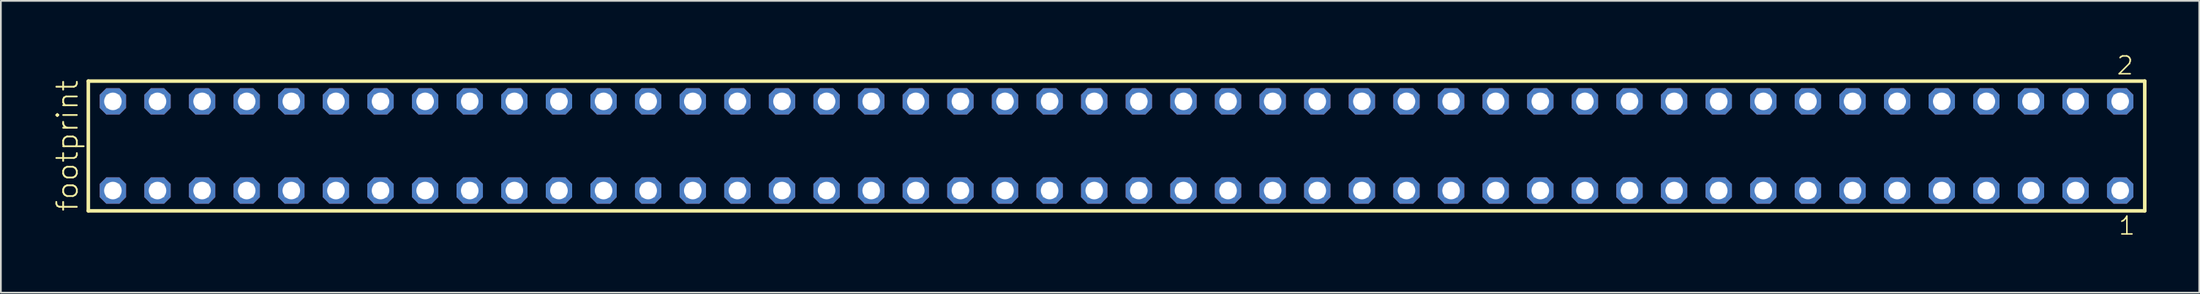
<source format=kicad_pcb>
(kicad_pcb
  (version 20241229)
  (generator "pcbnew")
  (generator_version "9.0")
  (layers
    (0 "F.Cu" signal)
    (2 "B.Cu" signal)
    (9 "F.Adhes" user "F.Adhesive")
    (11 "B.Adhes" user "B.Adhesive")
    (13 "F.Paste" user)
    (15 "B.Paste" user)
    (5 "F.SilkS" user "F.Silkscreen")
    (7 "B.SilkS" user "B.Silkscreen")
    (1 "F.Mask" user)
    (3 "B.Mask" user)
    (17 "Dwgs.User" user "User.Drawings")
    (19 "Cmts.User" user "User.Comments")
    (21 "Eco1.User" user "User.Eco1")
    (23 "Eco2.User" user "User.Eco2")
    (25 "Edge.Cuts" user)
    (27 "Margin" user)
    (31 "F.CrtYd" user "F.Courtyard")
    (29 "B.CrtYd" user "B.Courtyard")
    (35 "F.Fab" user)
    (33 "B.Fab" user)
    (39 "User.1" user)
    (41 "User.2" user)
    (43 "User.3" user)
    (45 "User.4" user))
  (footprint "footprint"
    (layer "F.Cu")
    (at 60.528 5.265)
    (property "Reference" "footprint" (at -59.055 3.81 90) (layer "F.SilkS") (effects (font (size 1.168 1.168) (thickness 0.102)) (justify left bottom)))
    (fp_line (start -58.549 -3.695) (end 58.549 -3.695) (stroke (width 0.203) (type solid)) (layer "F.SilkS"))
    (fp_line (start -58.549 3.695) (end -58.549 -3.695) (stroke (width 0.203) (type solid)) (layer "F.SilkS"))
    (fp_line (start 58.549 -3.695) (end 58.549 3.695) (stroke (width 0.203) (type solid)) (layer "F.SilkS"))
    (fp_line (start 58.549 3.695) (end -58.549 3.695) (stroke (width 0.203) (type solid)) (layer "F.SilkS"))
    (fp_poly (pts (xy -57.5 -2.19) (xy -56.8 -2.19) (xy -56.8 -2.89) (xy -57.5 -2.89)) (stroke (width 0.1) (type solid)) (fill no) (layer "F.Fab"))
    (fp_poly (pts (xy -57.5 2.89) (xy -56.8 2.89) (xy -56.8 2.19) (xy -57.5 2.19)) (stroke (width 0.1) (type solid)) (fill no) (layer "F.Fab"))
    (fp_poly (pts (xy -54.96 -2.19) (xy -54.26 -2.19) (xy -54.26 -2.89) (xy -54.96 -2.89)) (stroke (width 0.1) (type solid)) (fill no) (layer "F.Fab"))
    (fp_poly (pts (xy -54.96 2.89) (xy -54.26 2.89) (xy -54.26 2.19) (xy -54.96 2.19)) (stroke (width 0.1) (type solid)) (fill no) (layer "F.Fab"))
    (fp_poly (pts (xy -52.42 -2.19) (xy -51.72 -2.19) (xy -51.72 -2.89) (xy -52.42 -2.89)) (stroke (width 0.1) (type solid)) (fill no) (layer "F.Fab"))
    (fp_poly (pts (xy -52.42 2.89) (xy -51.72 2.89) (xy -51.72 2.19) (xy -52.42 2.19)) (stroke (width 0.1) (type solid)) (fill no) (layer "F.Fab"))
    (fp_poly (pts (xy -49.88 -2.19) (xy -49.18 -2.19) (xy -49.18 -2.89) (xy -49.88 -2.89)) (stroke (width 0.1) (type solid)) (fill no) (layer "F.Fab"))
    (fp_poly (pts (xy -49.88 2.89) (xy -49.18 2.89) (xy -49.18 2.19) (xy -49.88 2.19)) (stroke (width 0.1) (type solid)) (fill no) (layer "F.Fab"))
    (fp_poly (pts (xy -47.34 -2.19) (xy -46.64 -2.19) (xy -46.64 -2.89) (xy -47.34 -2.89)) (stroke (width 0.1) (type solid)) (fill no) (layer "F.Fab"))
    (fp_poly (pts (xy -47.34 2.89) (xy -46.64 2.89) (xy -46.64 2.19) (xy -47.34 2.19)) (stroke (width 0.1) (type solid)) (fill no) (layer "F.Fab"))
    (fp_poly (pts (xy -44.8 -2.19) (xy -44.1 -2.19) (xy -44.1 -2.89) (xy -44.8 -2.89)) (stroke (width 0.1) (type solid)) (fill no) (layer "F.Fab"))
    (fp_poly (pts (xy -44.8 2.89) (xy -44.1 2.89) (xy -44.1 2.19) (xy -44.8 2.19)) (stroke (width 0.1) (type solid)) (fill no) (layer "F.Fab"))
    (fp_poly (pts (xy -42.26 -2.19) (xy -41.56 -2.19) (xy -41.56 -2.89) (xy -42.26 -2.89)) (stroke (width 0.1) (type solid)) (fill no) (layer "F.Fab"))
    (fp_poly (pts (xy -42.26 2.89) (xy -41.56 2.89) (xy -41.56 2.19) (xy -42.26 2.19)) (stroke (width 0.1) (type solid)) (fill no) (layer "F.Fab"))
    (fp_poly (pts (xy -39.72 -2.19) (xy -39.02 -2.19) (xy -39.02 -2.89) (xy -39.72 -2.89)) (stroke (width 0.1) (type solid)) (fill no) (layer "F.Fab"))
    (fp_poly (pts (xy -39.72 2.89) (xy -39.02 2.89) (xy -39.02 2.19) (xy -39.72 2.19)) (stroke (width 0.1) (type solid)) (fill no) (layer "F.Fab"))
    (fp_poly (pts (xy -37.18 -2.19) (xy -36.48 -2.19) (xy -36.48 -2.89) (xy -37.18 -2.89)) (stroke (width 0.1) (type solid)) (fill no) (layer "F.Fab"))
    (fp_poly (pts (xy -37.18 2.89) (xy -36.48 2.89) (xy -36.48 2.19) (xy -37.18 2.19)) (stroke (width 0.1) (type solid)) (fill no) (layer "F.Fab"))
    (fp_poly (pts (xy -34.64 -2.19) (xy -33.94 -2.19) (xy -33.94 -2.89) (xy -34.64 -2.89)) (stroke (width 0.1) (type solid)) (fill no) (layer "F.Fab"))
    (fp_poly (pts (xy -34.64 2.89) (xy -33.94 2.89) (xy -33.94 2.19) (xy -34.64 2.19)) (stroke (width 0.1) (type solid)) (fill no) (layer "F.Fab"))
    (fp_poly (pts (xy -32.1 -2.19) (xy -31.4 -2.19) (xy -31.4 -2.89) (xy -32.1 -2.89)) (stroke (width 0.1) (type solid)) (fill no) (layer "F.Fab"))
    (fp_poly (pts (xy -32.1 2.89) (xy -31.4 2.89) (xy -31.4 2.19) (xy -32.1 2.19)) (stroke (width 0.1) (type solid)) (fill no) (layer "F.Fab"))
    (fp_poly (pts (xy -29.56 -2.19) (xy -28.86 -2.19) (xy -28.86 -2.89) (xy -29.56 -2.89)) (stroke (width 0.1) (type solid)) (fill no) (layer "F.Fab"))
    (fp_poly (pts (xy -29.56 2.89) (xy -28.86 2.89) (xy -28.86 2.19) (xy -29.56 2.19)) (stroke (width 0.1) (type solid)) (fill no) (layer "F.Fab"))
    (fp_poly (pts (xy -27.02 -2.19) (xy -26.32 -2.19) (xy -26.32 -2.89) (xy -27.02 -2.89)) (stroke (width 0.1) (type solid)) (fill no) (layer "F.Fab"))
    (fp_poly (pts (xy -27.02 2.89) (xy -26.32 2.89) (xy -26.32 2.19) (xy -27.02 2.19)) (stroke (width 0.1) (type solid)) (fill no) (layer "F.Fab"))
    (fp_poly (pts (xy -24.48 -2.19) (xy -23.78 -2.19) (xy -23.78 -2.89) (xy -24.48 -2.89)) (stroke (width 0.1) (type solid)) (fill no) (layer "F.Fab"))
    (fp_poly (pts (xy -24.48 2.89) (xy -23.78 2.89) (xy -23.78 2.19) (xy -24.48 2.19)) (stroke (width 0.1) (type solid)) (fill no) (layer "F.Fab"))
    (fp_poly (pts (xy -21.94 -2.19) (xy -21.24 -2.19) (xy -21.24 -2.89) (xy -21.94 -2.89)) (stroke (width 0.1) (type solid)) (fill no) (layer "F.Fab"))
    (fp_poly (pts (xy -21.94 2.89) (xy -21.24 2.89) (xy -21.24 2.19) (xy -21.94 2.19)) (stroke (width 0.1) (type solid)) (fill no) (layer "F.Fab"))
    (fp_poly (pts (xy -19.4 -2.19) (xy -18.7 -2.19) (xy -18.7 -2.89) (xy -19.4 -2.89)) (stroke (width 0.1) (type solid)) (fill no) (layer "F.Fab"))
    (fp_poly (pts (xy -19.4 2.89) (xy -18.7 2.89) (xy -18.7 2.19) (xy -19.4 2.19)) (stroke (width 0.1) (type solid)) (fill no) (layer "F.Fab"))
    (fp_poly (pts (xy -16.86 -2.19) (xy -16.16 -2.19) (xy -16.16 -2.89) (xy -16.86 -2.89)) (stroke (width 0.1) (type solid)) (fill no) (layer "F.Fab"))
    (fp_poly (pts (xy -16.86 2.89) (xy -16.16 2.89) (xy -16.16 2.19) (xy -16.86 2.19)) (stroke (width 0.1) (type solid)) (fill no) (layer "F.Fab"))
    (fp_poly (pts (xy -14.32 -2.19) (xy -13.62 -2.19) (xy -13.62 -2.89) (xy -14.32 -2.89)) (stroke (width 0.1) (type solid)) (fill no) (layer "F.Fab"))
    (fp_poly (pts (xy -14.32 2.89) (xy -13.62 2.89) (xy -13.62 2.19) (xy -14.32 2.19)) (stroke (width 0.1) (type solid)) (fill no) (layer "F.Fab"))
    (fp_poly (pts (xy -11.78 -2.19) (xy -11.08 -2.19) (xy -11.08 -2.89) (xy -11.78 -2.89)) (stroke (width 0.1) (type solid)) (fill no) (layer "F.Fab"))
    (fp_poly (pts (xy -11.78 2.89) (xy -11.08 2.89) (xy -11.08 2.19) (xy -11.78 2.19)) (stroke (width 0.1) (type solid)) (fill no) (layer "F.Fab"))
    (fp_poly (pts (xy -9.24 -2.19) (xy -8.54 -2.19) (xy -8.54 -2.89) (xy -9.24 -2.89)) (stroke (width 0.1) (type solid)) (fill no) (layer "F.Fab"))
    (fp_poly (pts (xy -9.24 2.89) (xy -8.54 2.89) (xy -8.54 2.19) (xy -9.24 2.19)) (stroke (width 0.1) (type solid)) (fill no) (layer "F.Fab"))
    (fp_poly (pts (xy -6.7 -2.19) (xy -6 -2.19) (xy -6 -2.89) (xy -6.7 -2.89)) (stroke (width 0.1) (type solid)) (fill no) (layer "F.Fab"))
    (fp_poly (pts (xy -6.7 2.89) (xy -6 2.89) (xy -6 2.19) (xy -6.7 2.19)) (stroke (width 0.1) (type solid)) (fill no) (layer "F.Fab"))
    (fp_poly (pts (xy -4.16 -2.19) (xy -3.46 -2.19) (xy -3.46 -2.89) (xy -4.16 -2.89)) (stroke (width 0.1) (type solid)) (fill no) (layer "F.Fab"))
    (fp_poly (pts (xy -4.16 2.89) (xy -3.46 2.89) (xy -3.46 2.19) (xy -4.16 2.19)) (stroke (width 0.1) (type solid)) (fill no) (layer "F.Fab"))
    (fp_poly (pts (xy -1.62 -2.19) (xy -0.92 -2.19) (xy -0.92 -2.89) (xy -1.62 -2.89)) (stroke (width 0.1) (type solid)) (fill no) (layer "F.Fab"))
    (fp_poly (pts (xy -1.62 2.89) (xy -0.92 2.89) (xy -0.92 2.19) (xy -1.62 2.19)) (stroke (width 0.1) (type solid)) (fill no) (layer "F.Fab"))
    (fp_poly (pts (xy 0.92 -2.19) (xy 1.62 -2.19) (xy 1.62 -2.89) (xy 0.92 -2.89)) (stroke (width 0.1) (type solid)) (fill no) (layer "F.Fab"))
    (fp_poly (pts (xy 0.92 2.89) (xy 1.62 2.89) (xy 1.62 2.19) (xy 0.92 2.19)) (stroke (width 0.1) (type solid)) (fill no) (layer "F.Fab"))
    (fp_poly (pts (xy 3.46 -2.19) (xy 4.16 -2.19) (xy 4.16 -2.89) (xy 3.46 -2.89)) (stroke (width 0.1) (type solid)) (fill no) (layer "F.Fab"))
    (fp_poly (pts (xy 3.46 2.89) (xy 4.16 2.89) (xy 4.16 2.19) (xy 3.46 2.19)) (stroke (width 0.1) (type solid)) (fill no) (layer "F.Fab"))
    (fp_poly (pts (xy 6 -2.19) (xy 6.7 -2.19) (xy 6.7 -2.89) (xy 6 -2.89)) (stroke (width 0.1) (type solid)) (fill no) (layer "F.Fab"))
    (fp_poly (pts (xy 6 2.89) (xy 6.7 2.89) (xy 6.7 2.19) (xy 6 2.19)) (stroke (width 0.1) (type solid)) (fill no) (layer "F.Fab"))
    (fp_poly (pts (xy 8.54 -2.19) (xy 9.24 -2.19) (xy 9.24 -2.89) (xy 8.54 -2.89)) (stroke (width 0.1) (type solid)) (fill no) (layer "F.Fab"))
    (fp_poly (pts (xy 8.54 2.89) (xy 9.24 2.89) (xy 9.24 2.19) (xy 8.54 2.19)) (stroke (width 0.1) (type solid)) (fill no) (layer "F.Fab"))
    (fp_poly (pts (xy 11.08 -2.19) (xy 11.78 -2.19) (xy 11.78 -2.89) (xy 11.08 -2.89)) (stroke (width 0.1) (type solid)) (fill no) (layer "F.Fab"))
    (fp_poly (pts (xy 11.08 2.89) (xy 11.78 2.89) (xy 11.78 2.19) (xy 11.08 2.19)) (stroke (width 0.1) (type solid)) (fill no) (layer "F.Fab"))
    (fp_poly (pts (xy 13.62 -2.19) (xy 14.32 -2.19) (xy 14.32 -2.89) (xy 13.62 -2.89)) (stroke (width 0.1) (type solid)) (fill no) (layer "F.Fab"))
    (fp_poly (pts (xy 13.62 2.89) (xy 14.32 2.89) (xy 14.32 2.19) (xy 13.62 2.19)) (stroke (width 0.1) (type solid)) (fill no) (layer "F.Fab"))
    (fp_poly (pts (xy 16.16 -2.19) (xy 16.86 -2.19) (xy 16.86 -2.89) (xy 16.16 -2.89)) (stroke (width 0.1) (type solid)) (fill no) (layer "F.Fab"))
    (fp_poly (pts (xy 16.16 2.89) (xy 16.86 2.89) (xy 16.86 2.19) (xy 16.16 2.19)) (stroke (width 0.1) (type solid)) (fill no) (layer "F.Fab"))
    (fp_poly (pts (xy 18.7 -2.19) (xy 19.4 -2.19) (xy 19.4 -2.89) (xy 18.7 -2.89)) (stroke (width 0.1) (type solid)) (fill no) (layer "F.Fab"))
    (fp_poly (pts (xy 18.7 2.89) (xy 19.4 2.89) (xy 19.4 2.19) (xy 18.7 2.19)) (stroke (width 0.1) (type solid)) (fill no) (layer "F.Fab"))
    (fp_poly (pts (xy 21.24 -2.19) (xy 21.94 -2.19) (xy 21.94 -2.89) (xy 21.24 -2.89)) (stroke (width 0.1) (type solid)) (fill no) (layer "F.Fab"))
    (fp_poly (pts (xy 21.24 2.89) (xy 21.94 2.89) (xy 21.94 2.19) (xy 21.24 2.19)) (stroke (width 0.1) (type solid)) (fill no) (layer "F.Fab"))
    (fp_poly (pts (xy 23.78 -2.19) (xy 24.48 -2.19) (xy 24.48 -2.89) (xy 23.78 -2.89)) (stroke (width 0.1) (type solid)) (fill no) (layer "F.Fab"))
    (fp_poly (pts (xy 23.78 2.89) (xy 24.48 2.89) (xy 24.48 2.19) (xy 23.78 2.19)) (stroke (width 0.1) (type solid)) (fill no) (layer "F.Fab"))
    (fp_poly (pts (xy 26.32 -2.19) (xy 27.02 -2.19) (xy 27.02 -2.89) (xy 26.32 -2.89)) (stroke (width 0.1) (type solid)) (fill no) (layer "F.Fab"))
    (fp_poly (pts (xy 26.32 2.89) (xy 27.02 2.89) (xy 27.02 2.19) (xy 26.32 2.19)) (stroke (width 0.1) (type solid)) (fill no) (layer "F.Fab"))
    (fp_poly (pts (xy 28.86 -2.19) (xy 29.56 -2.19) (xy 29.56 -2.89) (xy 28.86 -2.89)) (stroke (width 0.1) (type solid)) (fill no) (layer "F.Fab"))
    (fp_poly (pts (xy 28.86 2.89) (xy 29.56 2.89) (xy 29.56 2.19) (xy 28.86 2.19)) (stroke (width 0.1) (type solid)) (fill no) (layer "F.Fab"))
    (fp_poly (pts (xy 31.4 -2.19) (xy 32.1 -2.19) (xy 32.1 -2.89) (xy 31.4 -2.89)) (stroke (width 0.1) (type solid)) (fill no) (layer "F.Fab"))
    (fp_poly (pts (xy 31.4 2.89) (xy 32.1 2.89) (xy 32.1 2.19) (xy 31.4 2.19)) (stroke (width 0.1) (type solid)) (fill no) (layer "F.Fab"))
    (fp_poly (pts (xy 33.94 -2.19) (xy 34.64 -2.19) (xy 34.64 -2.89) (xy 33.94 -2.89)) (stroke (width 0.1) (type solid)) (fill no) (layer "F.Fab"))
    (fp_poly (pts (xy 33.94 2.89) (xy 34.64 2.89) (xy 34.64 2.19) (xy 33.94 2.19)) (stroke (width 0.1) (type solid)) (fill no) (layer "F.Fab"))
    (fp_poly (pts (xy 36.48 -2.19) (xy 37.18 -2.19) (xy 37.18 -2.89) (xy 36.48 -2.89)) (stroke (width 0.1) (type solid)) (fill no) (layer "F.Fab"))
    (fp_poly (pts (xy 36.48 2.89) (xy 37.18 2.89) (xy 37.18 2.19) (xy 36.48 2.19)) (stroke (width 0.1) (type solid)) (fill no) (layer "F.Fab"))
    (fp_poly (pts (xy 39.02 -2.19) (xy 39.72 -2.19) (xy 39.72 -2.89) (xy 39.02 -2.89)) (stroke (width 0.1) (type solid)) (fill no) (layer "F.Fab"))
    (fp_poly (pts (xy 39.02 2.89) (xy 39.72 2.89) (xy 39.72 2.19) (xy 39.02 2.19)) (stroke (width 0.1) (type solid)) (fill no) (layer "F.Fab"))
    (fp_poly (pts (xy 41.56 -2.19) (xy 42.26 -2.19) (xy 42.26 -2.89) (xy 41.56 -2.89)) (stroke (width 0.1) (type solid)) (fill no) (layer "F.Fab"))
    (fp_poly (pts (xy 41.56 2.89) (xy 42.26 2.89) (xy 42.26 2.19) (xy 41.56 2.19)) (stroke (width 0.1) (type solid)) (fill no) (layer "F.Fab"))
    (fp_poly (pts (xy 44.1 -2.19) (xy 44.8 -2.19) (xy 44.8 -2.89) (xy 44.1 -2.89)) (stroke (width 0.1) (type solid)) (fill no) (layer "F.Fab"))
    (fp_poly (pts (xy 44.1 2.89) (xy 44.8 2.89) (xy 44.8 2.19) (xy 44.1 2.19)) (stroke (width 0.1) (type solid)) (fill no) (layer "F.Fab"))
    (fp_poly (pts (xy 46.64 -2.19) (xy 47.34 -2.19) (xy 47.34 -2.89) (xy 46.64 -2.89)) (stroke (width 0.1) (type solid)) (fill no) (layer "F.Fab"))
    (fp_poly (pts (xy 46.64 2.89) (xy 47.34 2.89) (xy 47.34 2.19) (xy 46.64 2.19)) (stroke (width 0.1) (type solid)) (fill no) (layer "F.Fab"))
    (fp_poly (pts (xy 49.18 -2.19) (xy 49.88 -2.19) (xy 49.88 -2.89) (xy 49.18 -2.89)) (stroke (width 0.1) (type solid)) (fill no) (layer "F.Fab"))
    (fp_poly (pts (xy 49.18 2.89) (xy 49.88 2.89) (xy 49.88 2.19) (xy 49.18 2.19)) (stroke (width 0.1) (type solid)) (fill no) (layer "F.Fab"))
    (fp_poly (pts (xy 51.72 -2.19) (xy 52.42 -2.19) (xy 52.42 -2.89) (xy 51.72 -2.89)) (stroke (width 0.1) (type solid)) (fill no) (layer "F.Fab"))
    (fp_poly (pts (xy 51.72 2.89) (xy 52.42 2.89) (xy 52.42 2.19) (xy 51.72 2.19)) (stroke (width 0.1) (type solid)) (fill no) (layer "F.Fab"))
    (fp_poly (pts (xy 54.26 -2.19) (xy 54.96 -2.19) (xy 54.96 -2.89) (xy 54.26 -2.89)) (stroke (width 0.1) (type solid)) (fill no) (layer "F.Fab"))
    (fp_poly (pts (xy 54.26 2.89) (xy 54.96 2.89) (xy 54.96 2.19) (xy 54.26 2.19)) (stroke (width 0.1) (type solid)) (fill no) (layer "F.Fab"))
    (fp_poly (pts (xy 56.8 -2.19) (xy 57.5 -2.19) (xy 57.5 -2.89) (xy 56.8 -2.89)) (stroke (width 0.1) (type solid)) (fill no) (layer "F.Fab"))
    (fp_poly (pts (xy 56.8 2.89) (xy 57.5 2.89) (xy 57.5 2.19) (xy 56.8 2.19)) (stroke (width 0.1) (type solid)) (fill no) (layer "F.Fab"))
    (fp_text user "1" (at 56.992 5.138 0) (layer "F.SilkS") (effects (font (size 1.012 1.012) (thickness 0.088)) (justify left bottom)))
    (fp_text user "2" (at 56.892 -3.989 0) (layer "F.SilkS") (effects (font (size 1.012 1.012) (thickness 0.088)) (justify left bottom)))
    (pad "1" thru_hole roundrect (at 57.15 2.54 180) (size 1.5 1.5) (drill 1) (layers "*.Cu" "*.Mask") (roundrect_rratio 0.25) (chamfer_ratio 0.25) (chamfer top_left top_right bottom_left bottom_right))
    (pad "2" thru_hole roundrect (at 57.15 -2.54 180) (size 1.5 1.5) (drill 1) (layers "*.Cu" "*.Mask") (roundrect_rratio 0.25) (chamfer_ratio 0.25) (chamfer top_left top_right bottom_left bottom_right))
    (pad "3" thru_hole roundrect (at 54.61 2.54 180) (size 1.5 1.5) (drill 1) (layers "*.Cu" "*.Mask") (roundrect_rratio 0.25) (chamfer_ratio 0.25) (chamfer top_left top_right bottom_left bottom_right))
    (pad "4" thru_hole roundrect (at 54.61 -2.54 180) (size 1.5 1.5) (drill 1) (layers "*.Cu" "*.Mask") (roundrect_rratio 0.25) (chamfer_ratio 0.25) (chamfer top_left top_right bottom_left bottom_right))
    (pad "5" thru_hole roundrect (at 52.07 2.54 180) (size 1.5 1.5) (drill 1) (layers "*.Cu" "*.Mask") (roundrect_rratio 0.25) (chamfer_ratio 0.25) (chamfer top_left top_right bottom_left bottom_right))
    (pad "6" thru_hole roundrect (at 52.07 -2.54 180) (size 1.5 1.5) (drill 1) (layers "*.Cu" "*.Mask") (roundrect_rratio 0.25) (chamfer_ratio 0.25) (chamfer top_left top_right bottom_left bottom_right))
    (pad "7" thru_hole roundrect (at 49.53 2.54 180) (size 1.5 1.5) (drill 1) (layers "*.Cu" "*.Mask") (roundrect_rratio 0.25) (chamfer_ratio 0.25) (chamfer top_left top_right bottom_left bottom_right))
    (pad "8" thru_hole roundrect (at 49.53 -2.54 180) (size 1.5 1.5) (drill 1) (layers "*.Cu" "*.Mask") (roundrect_rratio 0.25) (chamfer_ratio 0.25) (chamfer top_left top_right bottom_left bottom_right))
    (pad "9" thru_hole roundrect (at 46.99 2.54 180) (size 1.5 1.5) (drill 1) (layers "*.Cu" "*.Mask") (roundrect_rratio 0.25) (chamfer_ratio 0.25) (chamfer top_left top_right bottom_left bottom_right))
    (pad "10" thru_hole roundrect (at 46.99 -2.54 180) (size 1.5 1.5) (drill 1) (layers "*.Cu" "*.Mask") (roundrect_rratio 0.25) (chamfer_ratio 0.25) (chamfer top_left top_right bottom_left bottom_right))
    (pad "11" thru_hole roundrect (at 44.45 2.54 180) (size 1.5 1.5) (drill 1) (layers "*.Cu" "*.Mask") (roundrect_rratio 0.25) (chamfer_ratio 0.25) (chamfer top_left top_right bottom_left bottom_right))
    (pad "12" thru_hole roundrect (at 44.45 -2.54 180) (size 1.5 1.5) (drill 1) (layers "*.Cu" "*.Mask") (roundrect_rratio 0.25) (chamfer_ratio 0.25) (chamfer top_left top_right bottom_left bottom_right))
    (pad "13" thru_hole roundrect (at 41.91 2.54 180) (size 1.5 1.5) (drill 1) (layers "*.Cu" "*.Mask") (roundrect_rratio 0.25) (chamfer_ratio 0.25) (chamfer top_left top_right bottom_left bottom_right))
    (pad "14" thru_hole roundrect (at 41.91 -2.54 180) (size 1.5 1.5) (drill 1) (layers "*.Cu" "*.Mask") (roundrect_rratio 0.25) (chamfer_ratio 0.25) (chamfer top_left top_right bottom_left bottom_right))
    (pad "15" thru_hole roundrect (at 39.37 2.54 180) (size 1.5 1.5) (drill 1) (layers "*.Cu" "*.Mask") (roundrect_rratio 0.25) (chamfer_ratio 0.25) (chamfer top_left top_right bottom_left bottom_right))
    (pad "16" thru_hole roundrect (at 39.37 -2.54 180) (size 1.5 1.5) (drill 1) (layers "*.Cu" "*.Mask") (roundrect_rratio 0.25) (chamfer_ratio 0.25) (chamfer top_left top_right bottom_left bottom_right))
    (pad "17" thru_hole roundrect (at 36.83 2.54 180) (size 1.5 1.5) (drill 1) (layers "*.Cu" "*.Mask") (roundrect_rratio 0.25) (chamfer_ratio 0.25) (chamfer top_left top_right bottom_left bottom_right))
    (pad "18" thru_hole roundrect (at 36.83 -2.54 180) (size 1.5 1.5) (drill 1) (layers "*.Cu" "*.Mask") (roundrect_rratio 0.25) (chamfer_ratio 0.25) (chamfer top_left top_right bottom_left bottom_right))
    (pad "19" thru_hole roundrect (at 34.29 2.54 180) (size 1.5 1.5) (drill 1) (layers "*.Cu" "*.Mask") (roundrect_rratio 0.25) (chamfer_ratio 0.25) (chamfer top_left top_right bottom_left bottom_right))
    (pad "20" thru_hole roundrect (at 34.29 -2.54 180) (size 1.5 1.5) (drill 1) (layers "*.Cu" "*.Mask") (roundrect_rratio 0.25) (chamfer_ratio 0.25) (chamfer top_left top_right bottom_left bottom_right))
    (pad "21" thru_hole roundrect (at 31.75 2.54 180) (size 1.5 1.5) (drill 1) (layers "*.Cu" "*.Mask") (roundrect_rratio 0.25) (chamfer_ratio 0.25) (chamfer top_left top_right bottom_left bottom_right))
    (pad "22" thru_hole roundrect (at 31.75 -2.54 180) (size 1.5 1.5) (drill 1) (layers "*.Cu" "*.Mask") (roundrect_rratio 0.25) (chamfer_ratio 0.25) (chamfer top_left top_right bottom_left bottom_right))
    (pad "23" thru_hole roundrect (at 29.21 2.54 180) (size 1.5 1.5) (drill 1) (layers "*.Cu" "*.Mask") (roundrect_rratio 0.25) (chamfer_ratio 0.25) (chamfer top_left top_right bottom_left bottom_right))
    (pad "24" thru_hole roundrect (at 29.21 -2.54 180) (size 1.5 1.5) (drill 1) (layers "*.Cu" "*.Mask") (roundrect_rratio 0.25) (chamfer_ratio 0.25) (chamfer top_left top_right bottom_left bottom_right))
    (pad "25" thru_hole roundrect (at 26.67 2.54 180) (size 1.5 1.5) (drill 1) (layers "*.Cu" "*.Mask") (roundrect_rratio 0.25) (chamfer_ratio 0.25) (chamfer top_left top_right bottom_left bottom_right))
    (pad "26" thru_hole roundrect (at 26.67 -2.54 180) (size 1.5 1.5) (drill 1) (layers "*.Cu" "*.Mask") (roundrect_rratio 0.25) (chamfer_ratio 0.25) (chamfer top_left top_right bottom_left bottom_right))
    (pad "27" thru_hole roundrect (at 24.13 2.54 180) (size 1.5 1.5) (drill 1) (layers "*.Cu" "*.Mask") (roundrect_rratio 0.25) (chamfer_ratio 0.25) (chamfer top_left top_right bottom_left bottom_right))
    (pad "28" thru_hole roundrect (at 24.13 -2.54 180) (size 1.5 1.5) (drill 1) (layers "*.Cu" "*.Mask") (roundrect_rratio 0.25) (chamfer_ratio 0.25) (chamfer top_left top_right bottom_left bottom_right))
    (pad "29" thru_hole roundrect (at 21.59 2.54 180) (size 1.5 1.5) (drill 1) (layers "*.Cu" "*.Mask") (roundrect_rratio 0.25) (chamfer_ratio 0.25) (chamfer top_left top_right bottom_left bottom_right))
    (pad "30" thru_hole roundrect (at 21.59 -2.54 180) (size 1.5 1.5) (drill 1) (layers "*.Cu" "*.Mask") (roundrect_rratio 0.25) (chamfer_ratio 0.25) (chamfer top_left top_right bottom_left bottom_right))
    (pad "31" thru_hole roundrect (at 19.05 2.54 180) (size 1.5 1.5) (drill 1) (layers "*.Cu" "*.Mask") (roundrect_rratio 0.25) (chamfer_ratio 0.25) (chamfer top_left top_right bottom_left bottom_right))
    (pad "32" thru_hole roundrect (at 19.05 -2.54 180) (size 1.5 1.5) (drill 1) (layers "*.Cu" "*.Mask") (roundrect_rratio 0.25) (chamfer_ratio 0.25) (chamfer top_left top_right bottom_left bottom_right))
    (pad "33" thru_hole roundrect (at 16.51 2.54 180) (size 1.5 1.5) (drill 1) (layers "*.Cu" "*.Mask") (roundrect_rratio 0.25) (chamfer_ratio 0.25) (chamfer top_left top_right bottom_left bottom_right))
    (pad "34" thru_hole roundrect (at 16.51 -2.54 180) (size 1.5 1.5) (drill 1) (layers "*.Cu" "*.Mask") (roundrect_rratio 0.25) (chamfer_ratio 0.25) (chamfer top_left top_right bottom_left bottom_right))
    (pad "35" thru_hole roundrect (at 13.97 2.54 180) (size 1.5 1.5) (drill 1) (layers "*.Cu" "*.Mask") (roundrect_rratio 0.25) (chamfer_ratio 0.25) (chamfer top_left top_right bottom_left bottom_right))
    (pad "36" thru_hole roundrect (at 13.97 -2.54 180) (size 1.5 1.5) (drill 1) (layers "*.Cu" "*.Mask") (roundrect_rratio 0.25) (chamfer_ratio 0.25) (chamfer top_left top_right bottom_left bottom_right))
    (pad "37" thru_hole roundrect (at 11.43 2.54 180) (size 1.5 1.5) (drill 1) (layers "*.Cu" "*.Mask") (roundrect_rratio 0.25) (chamfer_ratio 0.25) (chamfer top_left top_right bottom_left bottom_right))
    (pad "38" thru_hole roundrect (at 11.43 -2.54 180) (size 1.5 1.5) (drill 1) (layers "*.Cu" "*.Mask") (roundrect_rratio 0.25) (chamfer_ratio 0.25) (chamfer top_left top_right bottom_left bottom_right))
    (pad "39" thru_hole roundrect (at 8.89 2.54 180) (size 1.5 1.5) (drill 1) (layers "*.Cu" "*.Mask") (roundrect_rratio 0.25) (chamfer_ratio 0.25) (chamfer top_left top_right bottom_left bottom_right))
    (pad "40" thru_hole roundrect (at 8.89 -2.54 180) (size 1.5 1.5) (drill 1) (layers "*.Cu" "*.Mask") (roundrect_rratio 0.25) (chamfer_ratio 0.25) (chamfer top_left top_right bottom_left bottom_right))
    (pad "41" thru_hole roundrect (at 6.35 2.54 180) (size 1.5 1.5) (drill 1) (layers "*.Cu" "*.Mask") (roundrect_rratio 0.25) (chamfer_ratio 0.25) (chamfer top_left top_right bottom_left bottom_right))
    (pad "42" thru_hole roundrect (at 6.35 -2.54 180) (size 1.5 1.5) (drill 1) (layers "*.Cu" "*.Mask") (roundrect_rratio 0.25) (chamfer_ratio 0.25) (chamfer top_left top_right bottom_left bottom_right))
    (pad "43" thru_hole roundrect (at 3.81 2.54 180) (size 1.5 1.5) (drill 1) (layers "*.Cu" "*.Mask") (roundrect_rratio 0.25) (chamfer_ratio 0.25) (chamfer top_left top_right bottom_left bottom_right))
    (pad "44" thru_hole roundrect (at 3.81 -2.54 180) (size 1.5 1.5) (drill 1) (layers "*.Cu" "*.Mask") (roundrect_rratio 0.25) (chamfer_ratio 0.25) (chamfer top_left top_right bottom_left bottom_right))
    (pad "45" thru_hole roundrect (at 1.27 2.54 180) (size 1.5 1.5) (drill 1) (layers "*.Cu" "*.Mask") (roundrect_rratio 0.25) (chamfer_ratio 0.25) (chamfer top_left top_right bottom_left bottom_right))
    (pad "46" thru_hole roundrect (at 1.27 -2.54 180) (size 1.5 1.5) (drill 1) (layers "*.Cu" "*.Mask") (roundrect_rratio 0.25) (chamfer_ratio 0.25) (chamfer top_left top_right bottom_left bottom_right))
    (pad "47" thru_hole roundrect (at -1.27 2.54 180) (size 1.5 1.5) (drill 1) (layers "*.Cu" "*.Mask") (roundrect_rratio 0.25) (chamfer_ratio 0.25) (chamfer top_left top_right bottom_left bottom_right))
    (pad "48" thru_hole roundrect (at -1.27 -2.54 180) (size 1.5 1.5) (drill 1) (layers "*.Cu" "*.Mask") (roundrect_rratio 0.25) (chamfer_ratio 0.25) (chamfer top_left top_right bottom_left bottom_right))
    (pad "49" thru_hole roundrect (at -3.81 2.54 180) (size 1.5 1.5) (drill 1) (layers "*.Cu" "*.Mask") (roundrect_rratio 0.25) (chamfer_ratio 0.25) (chamfer top_left top_right bottom_left bottom_right))
    (pad "50" thru_hole roundrect (at -3.81 -2.54 180) (size 1.5 1.5) (drill 1) (layers "*.Cu" "*.Mask") (roundrect_rratio 0.25) (chamfer_ratio 0.25) (chamfer top_left top_right bottom_left bottom_right))
    (pad "51" thru_hole roundrect (at -6.35 2.54 180) (size 1.5 1.5) (drill 1) (layers "*.Cu" "*.Mask") (roundrect_rratio 0.25) (chamfer_ratio 0.25) (chamfer top_left top_right bottom_left bottom_right))
    (pad "52" thru_hole roundrect (at -6.35 -2.54 180) (size 1.5 1.5) (drill 1) (layers "*.Cu" "*.Mask") (roundrect_rratio 0.25) (chamfer_ratio 0.25) (chamfer top_left top_right bottom_left bottom_right))
    (pad "53" thru_hole roundrect (at -8.89 2.54 180) (size 1.5 1.5) (drill 1) (layers "*.Cu" "*.Mask") (roundrect_rratio 0.25) (chamfer_ratio 0.25) (chamfer top_left top_right bottom_left bottom_right))
    (pad "54" thru_hole roundrect (at -8.89 -2.54 180) (size 1.5 1.5) (drill 1) (layers "*.Cu" "*.Mask") (roundrect_rratio 0.25) (chamfer_ratio 0.25) (chamfer top_left top_right bottom_left bottom_right))
    (pad "55" thru_hole roundrect (at -11.43 2.54 180) (size 1.5 1.5) (drill 1) (layers "*.Cu" "*.Mask") (roundrect_rratio 0.25) (chamfer_ratio 0.25) (chamfer top_left top_right bottom_left bottom_right))
    (pad "56" thru_hole roundrect (at -11.43 -2.54 180) (size 1.5 1.5) (drill 1) (layers "*.Cu" "*.Mask") (roundrect_rratio 0.25) (chamfer_ratio 0.25) (chamfer top_left top_right bottom_left bottom_right))
    (pad "57" thru_hole roundrect (at -13.97 2.54 180) (size 1.5 1.5) (drill 1) (layers "*.Cu" "*.Mask") (roundrect_rratio 0.25) (chamfer_ratio 0.25) (chamfer top_left top_right bottom_left bottom_right))
    (pad "58" thru_hole roundrect (at -13.97 -2.54 180) (size 1.5 1.5) (drill 1) (layers "*.Cu" "*.Mask") (roundrect_rratio 0.25) (chamfer_ratio 0.25) (chamfer top_left top_right bottom_left bottom_right))
    (pad "59" thru_hole roundrect (at -16.51 2.54 180) (size 1.5 1.5) (drill 1) (layers "*.Cu" "*.Mask") (roundrect_rratio 0.25) (chamfer_ratio 0.25) (chamfer top_left top_right bottom_left bottom_right))
    (pad "60" thru_hole roundrect (at -16.51 -2.54 180) (size 1.5 1.5) (drill 1) (layers "*.Cu" "*.Mask") (roundrect_rratio 0.25) (chamfer_ratio 0.25) (chamfer top_left top_right bottom_left bottom_right))
    (pad "61" thru_hole roundrect (at -19.05 2.54 180) (size 1.5 1.5) (drill 1) (layers "*.Cu" "*.Mask") (roundrect_rratio 0.25) (chamfer_ratio 0.25) (chamfer top_left top_right bottom_left bottom_right))
    (pad "62" thru_hole roundrect (at -19.05 -2.54 180) (size 1.5 1.5) (drill 1) (layers "*.Cu" "*.Mask") (roundrect_rratio 0.25) (chamfer_ratio 0.25) (chamfer top_left top_right bottom_left bottom_right))
    (pad "63" thru_hole roundrect (at -21.59 2.54 180) (size 1.5 1.5) (drill 1) (layers "*.Cu" "*.Mask") (roundrect_rratio 0.25) (chamfer_ratio 0.25) (chamfer top_left top_right bottom_left bottom_right))
    (pad "64" thru_hole roundrect (at -21.59 -2.54 180) (size 1.5 1.5) (drill 1) (layers "*.Cu" "*.Mask") (roundrect_rratio 0.25) (chamfer_ratio 0.25) (chamfer top_left top_right bottom_left bottom_right))
    (pad "65" thru_hole roundrect (at -24.13 2.54 180) (size 1.5 1.5) (drill 1) (layers "*.Cu" "*.Mask") (roundrect_rratio 0.25) (chamfer_ratio 0.25) (chamfer top_left top_right bottom_left bottom_right))
    (pad "66" thru_hole roundrect (at -24.13 -2.54 180) (size 1.5 1.5) (drill 1) (layers "*.Cu" "*.Mask") (roundrect_rratio 0.25) (chamfer_ratio 0.25) (chamfer top_left top_right bottom_left bottom_right))
    (pad "67" thru_hole roundrect (at -26.67 2.54 180) (size 1.5 1.5) (drill 1) (layers "*.Cu" "*.Mask") (roundrect_rratio 0.25) (chamfer_ratio 0.25) (chamfer top_left top_right bottom_left bottom_right))
    (pad "68" thru_hole roundrect (at -26.67 -2.54 180) (size 1.5 1.5) (drill 1) (layers "*.Cu" "*.Mask") (roundrect_rratio 0.25) (chamfer_ratio 0.25) (chamfer top_left top_right bottom_left bottom_right))
    (pad "69" thru_hole roundrect (at -29.21 2.54 180) (size 1.5 1.5) (drill 1) (layers "*.Cu" "*.Mask") (roundrect_rratio 0.25) (chamfer_ratio 0.25) (chamfer top_left top_right bottom_left bottom_right))
    (pad "70" thru_hole roundrect (at -29.21 -2.54 180) (size 1.5 1.5) (drill 1) (layers "*.Cu" "*.Mask") (roundrect_rratio 0.25) (chamfer_ratio 0.25) (chamfer top_left top_right bottom_left bottom_right))
    (pad "71" thru_hole roundrect (at -31.75 2.54 180) (size 1.5 1.5) (drill 1) (layers "*.Cu" "*.Mask") (roundrect_rratio 0.25) (chamfer_ratio 0.25) (chamfer top_left top_right bottom_left bottom_right))
    (pad "72" thru_hole roundrect (at -31.75 -2.54 180) (size 1.5 1.5) (drill 1) (layers "*.Cu" "*.Mask") (roundrect_rratio 0.25) (chamfer_ratio 0.25) (chamfer top_left top_right bottom_left bottom_right))
    (pad "73" thru_hole roundrect (at -34.29 2.54 180) (size 1.5 1.5) (drill 1) (layers "*.Cu" "*.Mask") (roundrect_rratio 0.25) (chamfer_ratio 0.25) (chamfer top_left top_right bottom_left bottom_right))
    (pad "74" thru_hole roundrect (at -34.29 -2.54 180) (size 1.5 1.5) (drill 1) (layers "*.Cu" "*.Mask") (roundrect_rratio 0.25) (chamfer_ratio 0.25) (chamfer top_left top_right bottom_left bottom_right))
    (pad "75" thru_hole roundrect (at -36.83 2.54 180) (size 1.5 1.5) (drill 1) (layers "*.Cu" "*.Mask") (roundrect_rratio 0.25) (chamfer_ratio 0.25) (chamfer top_left top_right bottom_left bottom_right))
    (pad "76" thru_hole roundrect (at -36.83 -2.54 180) (size 1.5 1.5) (drill 1) (layers "*.Cu" "*.Mask") (roundrect_rratio 0.25) (chamfer_ratio 0.25) (chamfer top_left top_right bottom_left bottom_right))
    (pad "77" thru_hole roundrect (at -39.37 2.54 180) (size 1.5 1.5) (drill 1) (layers "*.Cu" "*.Mask") (roundrect_rratio 0.25) (chamfer_ratio 0.25) (chamfer top_left top_right bottom_left bottom_right))
    (pad "78" thru_hole roundrect (at -39.37 -2.54 180) (size 1.5 1.5) (drill 1) (layers "*.Cu" "*.Mask") (roundrect_rratio 0.25) (chamfer_ratio 0.25) (chamfer top_left top_right bottom_left bottom_right))
    (pad "79" thru_hole roundrect (at -41.91 2.54 180) (size 1.5 1.5) (drill 1) (layers "*.Cu" "*.Mask") (roundrect_rratio 0.25) (chamfer_ratio 0.25) (chamfer top_left top_right bottom_left bottom_right))
    (pad "80" thru_hole roundrect (at -41.91 -2.54 180) (size 1.5 1.5) (drill 1) (layers "*.Cu" "*.Mask") (roundrect_rratio 0.25) (chamfer_ratio 0.25) (chamfer top_left top_right bottom_left bottom_right))
    (pad "81" thru_hole roundrect (at -44.45 2.54 180) (size 1.5 1.5) (drill 1) (layers "*.Cu" "*.Mask") (roundrect_rratio 0.25) (chamfer_ratio 0.25) (chamfer top_left top_right bottom_left bottom_right))
    (pad "82" thru_hole roundrect (at -44.45 -2.54 180) (size 1.5 1.5) (drill 1) (layers "*.Cu" "*.Mask") (roundrect_rratio 0.25) (chamfer_ratio 0.25) (chamfer top_left top_right bottom_left bottom_right))
    (pad "83" thru_hole roundrect (at -46.99 2.54 180) (size 1.5 1.5) (drill 1) (layers "*.Cu" "*.Mask") (roundrect_rratio 0.25) (chamfer_ratio 0.25) (chamfer top_left top_right bottom_left bottom_right))
    (pad "84" thru_hole roundrect (at -46.99 -2.54 180) (size 1.5 1.5) (drill 1) (layers "*.Cu" "*.Mask") (roundrect_rratio 0.25) (chamfer_ratio 0.25) (chamfer top_left top_right bottom_left bottom_right))
    (pad "85" thru_hole roundrect (at -49.53 2.54 180) (size 1.5 1.5) (drill 1) (layers "*.Cu" "*.Mask") (roundrect_rratio 0.25) (chamfer_ratio 0.25) (chamfer top_left top_right bottom_left bottom_right))
    (pad "86" thru_hole roundrect (at -49.53 -2.54 180) (size 1.5 1.5) (drill 1) (layers "*.Cu" "*.Mask") (roundrect_rratio 0.25) (chamfer_ratio 0.25) (chamfer top_left top_right bottom_left bottom_right))
    (pad "87" thru_hole roundrect (at -52.07 2.54 180) (size 1.5 1.5) (drill 1) (layers "*.Cu" "*.Mask") (roundrect_rratio 0.25) (chamfer_ratio 0.25) (chamfer top_left top_right bottom_left bottom_right))
    (pad "88" thru_hole roundrect (at -52.07 -2.54 180) (size 1.5 1.5) (drill 1) (layers "*.Cu" "*.Mask") (roundrect_rratio 0.25) (chamfer_ratio 0.25) (chamfer top_left top_right bottom_left bottom_right))
    (pad "89" thru_hole roundrect (at -54.61 2.54 180) (size 1.5 1.5) (drill 1) (layers "*.Cu" "*.Mask") (roundrect_rratio 0.25) (chamfer_ratio 0.25) (chamfer top_left top_right bottom_left bottom_right))
    (pad "90" thru_hole roundrect (at -54.61 -2.54 180) (size 1.5 1.5) (drill 1) (layers "*.Cu" "*.Mask") (roundrect_rratio 0.25) (chamfer_ratio 0.25) (chamfer top_left top_right bottom_left bottom_right))
    (pad "91" thru_hole roundrect (at -57.15 2.54 180) (size 1.5 1.5) (drill 1) (layers "*.Cu" "*.Mask") (roundrect_rratio 0.25) (chamfer_ratio 0.25) (chamfer top_left top_right bottom_left bottom_right))
    (pad "92" thru_hole roundrect (at -57.15 -2.54 180) (size 1.5 1.5) (drill 1) (layers "*.Cu" "*.Mask") (roundrect_rratio 0.25) (chamfer_ratio 0.25) (chamfer top_left top_right bottom_left bottom_right)))
  (gr_rect
    (start -3 -3)
    (end 122.179 13.62)
    (stroke (width 0.1) (type default))
    (fill no)
    (layer "Edge.Cuts")))
</source>
